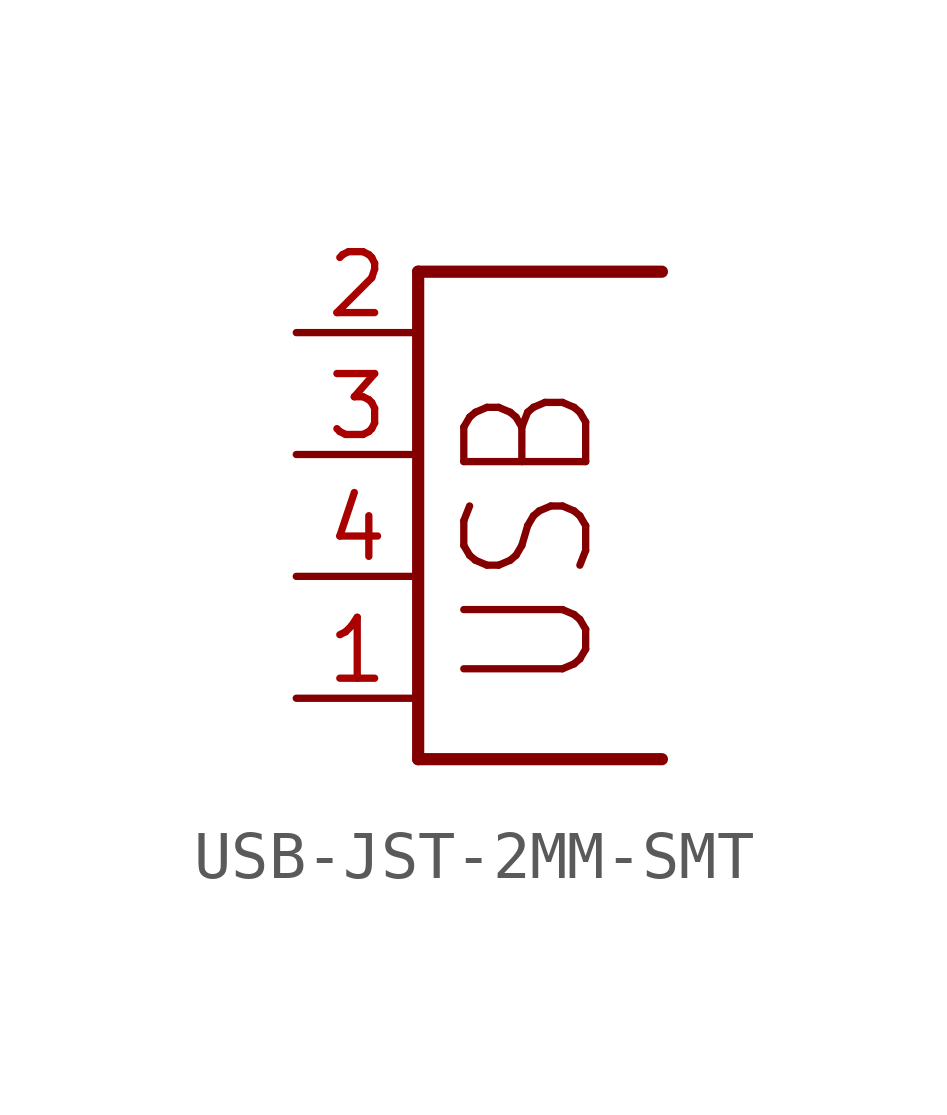
<source format=kicad_sym>
(kicad_symbol_lib
  (version 20211014)
  (generator kicad_symbol_editor)
  (symbol "USB-JST-2MM-SMT"
    (property "Reference" "X"
      (at 0 0 0)
      (effects (font (size 1.27 1.27)) hide))
    (property "ki_locked" ""
      (at 0 0 0)
      (effects (font (size 1.27 1.27))))
    (symbol "USB-JST-2MM-SMT_1_0"
      (polyline (pts (xy 0 -1.27) (xy 5.08 -1.27)) (stroke (width 0.254) (type default) (color 0 0 0 0)) (fill (type none)))
      (polyline (pts (xy 0 8.89) (xy 0 -1.27)) (stroke (width 0.254) (type default) (color 0 0 0 0)) (fill (type none)))
      (polyline (pts (xy 5.08 8.89) (xy 0 8.89)) (stroke (width 0.254) (type default) (color 0 0 0 0)) (fill (type none)))
      (text "USB" (at 3.81 0 900) (effects (font (size 2.54 2.159)) (justify left bottom)))
      (pin bidirectional line (at -2.54 0 0) (length 2.54) (name "GND" (effects (font (size 0 0)))) (number "1" (effects (font (size 1.27 1.27)))))
      (pin bidirectional line (at -2.54 7.62 0) (length 2.54) (name "D+" (effects (font (size 0 0)))) (number "2" (effects (font (size 1.27 1.27)))))
      (pin bidirectional line (at -2.54 5.08 0) (length 2.54) (name "D-" (effects (font (size 0 0)))) (number "3" (effects (font (size 1.27 1.27)))))
      (pin bidirectional line (at -2.54 2.54 0) (length 2.54) (name "VBUS" (effects (font (size 0 0)))) (number "4" (effects (font (size 1.27 1.27))))))))
</source>
